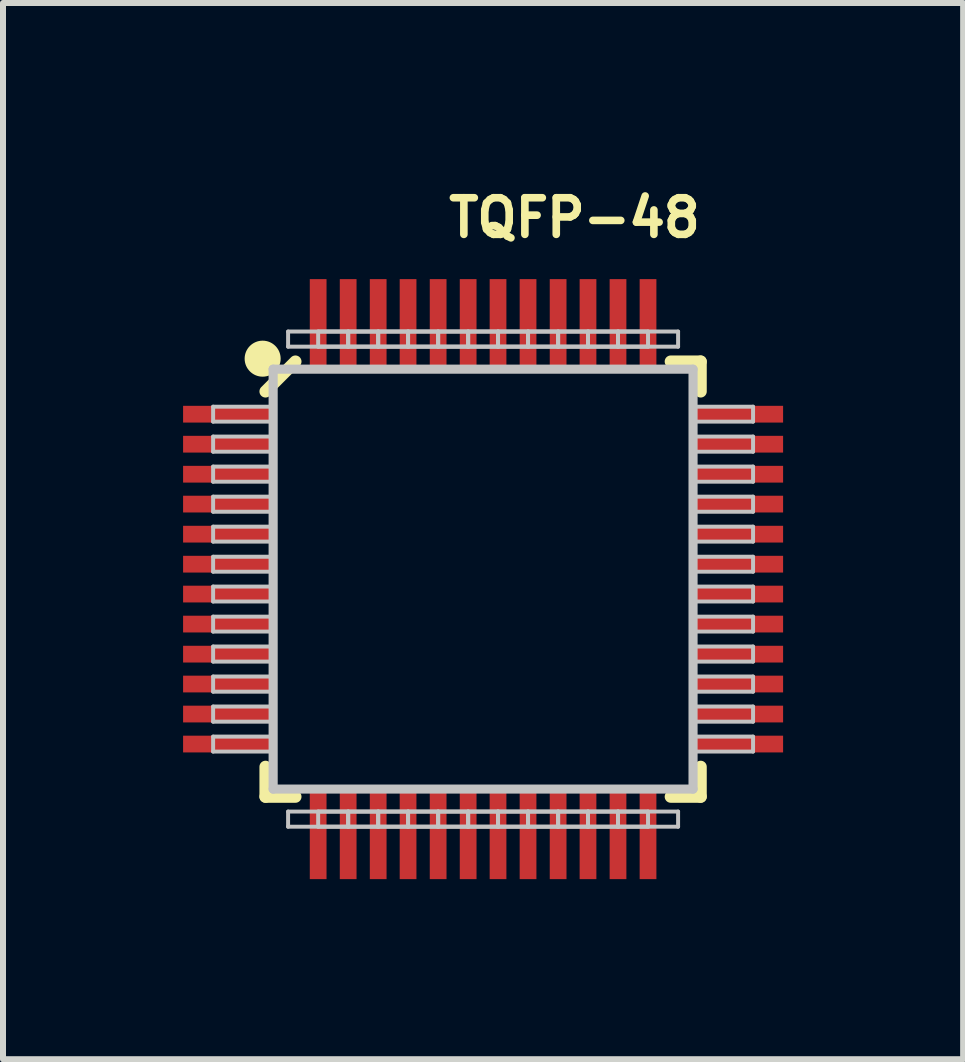
<source format=kicad_pcb>
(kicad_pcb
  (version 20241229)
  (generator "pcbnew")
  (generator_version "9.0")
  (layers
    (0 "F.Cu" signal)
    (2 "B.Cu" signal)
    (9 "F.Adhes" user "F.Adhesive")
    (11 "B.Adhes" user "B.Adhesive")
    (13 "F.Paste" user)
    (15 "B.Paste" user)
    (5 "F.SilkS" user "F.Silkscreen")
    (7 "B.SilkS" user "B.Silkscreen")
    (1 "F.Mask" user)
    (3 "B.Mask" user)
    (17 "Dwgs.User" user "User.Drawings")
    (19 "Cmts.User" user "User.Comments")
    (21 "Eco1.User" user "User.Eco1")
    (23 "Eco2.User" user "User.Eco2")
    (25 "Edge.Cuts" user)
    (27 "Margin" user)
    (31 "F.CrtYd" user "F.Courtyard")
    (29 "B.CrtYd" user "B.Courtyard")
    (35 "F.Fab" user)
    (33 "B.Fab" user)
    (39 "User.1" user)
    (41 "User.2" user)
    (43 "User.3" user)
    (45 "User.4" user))
  (footprint "TQFP-48"
    (layer "F.Cu")
    (at 4.999 6.599)
    (property "Reference" "TQFP-48" (at 1.524 -6.02 0) (layer "F.SilkS") (effects (font (size 0.61 0.61) (thickness 0.127))))
    (attr smd)
    (fp_line (start -3.625 -3.127) (end -3.127 -3.625) (stroke (width 0.203) (type solid)) (layer "F.SilkS"))
    (fp_line (start -3.625 3.625) (end -3.625 3.127) (stroke (width 0.203) (type solid)) (layer "F.SilkS"))
    (fp_line (start -3.127 3.625) (end -3.625 3.625) (stroke (width 0.203) (type solid)) (layer "F.SilkS"))
    (fp_line (start 3.127 -3.625) (end 3.625 -3.625) (stroke (width 0.203) (type solid)) (layer "F.SilkS"))
    (fp_line (start 3.625 -3.625) (end 3.625 -3.127) (stroke (width 0.203) (type solid)) (layer "F.SilkS"))
    (fp_line (start 3.625 3.127) (end 3.625 3.625) (stroke (width 0.203) (type solid)) (layer "F.SilkS"))
    (fp_line (start 3.625 3.625) (end 3.127 3.625) (stroke (width 0.203) (type solid)) (layer "F.SilkS"))
    (fp_circle (center -3.673 -3.673) (end -3.673 -3.973) (stroke (width 0) (type solid)) (fill yes) (layer "F.SilkS"))
    (fp_line (start -4.498 -2.873) (end -3.498 -2.873) (stroke (width 0.066) (type solid)) (layer "Dwgs.User"))
    (fp_line (start -4.498 -2.624) (end -4.498 -2.873) (stroke (width 0.066) (type solid)) (layer "Dwgs.User"))
    (fp_line (start -4.498 -2.624) (end -3.498 -2.624) (stroke (width 0.066) (type solid)) (layer "Dwgs.User"))
    (fp_line (start -4.498 -2.375) (end -3.498 -2.375) (stroke (width 0.066) (type solid)) (layer "Dwgs.User"))
    (fp_line (start -4.498 -2.123) (end -4.498 -2.375) (stroke (width 0.066) (type solid)) (layer "Dwgs.User"))
    (fp_line (start -4.498 -2.123) (end -3.498 -2.123) (stroke (width 0.066) (type solid)) (layer "Dwgs.User"))
    (fp_line (start -4.498 -1.875) (end -3.498 -1.875) (stroke (width 0.066) (type solid)) (layer "Dwgs.User"))
    (fp_line (start -4.498 -1.623) (end -4.498 -1.875) (stroke (width 0.066) (type solid)) (layer "Dwgs.User"))
    (fp_line (start -4.498 -1.623) (end -3.498 -1.623) (stroke (width 0.066) (type solid)) (layer "Dwgs.User"))
    (fp_line (start -4.498 -1.374) (end -3.498 -1.374) (stroke (width 0.066) (type solid)) (layer "Dwgs.User"))
    (fp_line (start -4.498 -1.123) (end -4.498 -1.374) (stroke (width 0.066) (type solid)) (layer "Dwgs.User"))
    (fp_line (start -4.498 -1.123) (end -3.498 -1.123) (stroke (width 0.066) (type solid)) (layer "Dwgs.User"))
    (fp_line (start -4.498 -0.874) (end -3.498 -0.874) (stroke (width 0.066) (type solid)) (layer "Dwgs.User"))
    (fp_line (start -4.498 -0.625) (end -4.498 -0.874) (stroke (width 0.066) (type solid)) (layer "Dwgs.User"))
    (fp_line (start -4.498 -0.625) (end -3.498 -0.625) (stroke (width 0.066) (type solid)) (layer "Dwgs.User"))
    (fp_line (start -4.498 -0.373) (end -3.498 -0.373) (stroke (width 0.066) (type solid)) (layer "Dwgs.User"))
    (fp_line (start -4.498 -0.124) (end -4.498 -0.373) (stroke (width 0.066) (type solid)) (layer "Dwgs.User"))
    (fp_line (start -4.498 -0.124) (end -3.498 -0.124) (stroke (width 0.066) (type solid)) (layer "Dwgs.User"))
    (fp_line (start -4.498 0.124) (end -3.498 0.124) (stroke (width 0.066) (type solid)) (layer "Dwgs.User"))
    (fp_line (start -4.498 0.373) (end -4.498 0.124) (stroke (width 0.066) (type solid)) (layer "Dwgs.User"))
    (fp_line (start -4.498 0.373) (end -3.498 0.373) (stroke (width 0.066) (type solid)) (layer "Dwgs.User"))
    (fp_line (start -4.498 0.625) (end -3.498 0.625) (stroke (width 0.066) (type solid)) (layer "Dwgs.User"))
    (fp_line (start -4.498 0.874) (end -4.498 0.625) (stroke (width 0.066) (type solid)) (layer "Dwgs.User"))
    (fp_line (start -4.498 0.874) (end -3.498 0.874) (stroke (width 0.066) (type solid)) (layer "Dwgs.User"))
    (fp_line (start -4.498 1.123) (end -3.498 1.123) (stroke (width 0.066) (type solid)) (layer "Dwgs.User"))
    (fp_line (start -4.498 1.374) (end -4.498 1.123) (stroke (width 0.066) (type solid)) (layer "Dwgs.User"))
    (fp_line (start -4.498 1.374) (end -3.498 1.374) (stroke (width 0.066) (type solid)) (layer "Dwgs.User"))
    (fp_line (start -4.498 1.623) (end -3.498 1.623) (stroke (width 0.066) (type solid)) (layer "Dwgs.User"))
    (fp_line (start -4.498 1.875) (end -4.498 1.623) (stroke (width 0.066) (type solid)) (layer "Dwgs.User"))
    (fp_line (start -4.498 1.875) (end -3.498 1.875) (stroke (width 0.066) (type solid)) (layer "Dwgs.User"))
    (fp_line (start -4.498 2.123) (end -3.498 2.123) (stroke (width 0.066) (type solid)) (layer "Dwgs.User"))
    (fp_line (start -4.498 2.375) (end -4.498 2.123) (stroke (width 0.066) (type solid)) (layer "Dwgs.User"))
    (fp_line (start -4.498 2.375) (end -3.498 2.375) (stroke (width 0.066) (type solid)) (layer "Dwgs.User"))
    (fp_line (start -4.498 2.624) (end -3.498 2.624) (stroke (width 0.066) (type solid)) (layer "Dwgs.User"))
    (fp_line (start -4.498 2.873) (end -4.498 2.624) (stroke (width 0.066) (type solid)) (layer "Dwgs.User"))
    (fp_line (start -4.498 2.873) (end -3.498 2.873) (stroke (width 0.066) (type solid)) (layer "Dwgs.User"))
    (fp_line (start -3.498 -3.498) (end 3.498 -3.498) (stroke (width 0.152) (type solid)) (layer "Dwgs.User"))
    (fp_line (start -3.498 -2.624) (end -3.498 -2.873) (stroke (width 0.066) (type solid)) (layer "Dwgs.User"))
    (fp_line (start -3.498 -2.123) (end -3.498 -2.375) (stroke (width 0.066) (type solid)) (layer "Dwgs.User"))
    (fp_line (start -3.498 -1.623) (end -3.498 -1.875) (stroke (width 0.066) (type solid)) (layer "Dwgs.User"))
    (fp_line (start -3.498 -1.123) (end -3.498 -1.374) (stroke (width 0.066) (type solid)) (layer "Dwgs.User"))
    (fp_line (start -3.498 -0.625) (end -3.498 -0.874) (stroke (width 0.066) (type solid)) (layer "Dwgs.User"))
    (fp_line (start -3.498 -0.124) (end -3.498 -0.373) (stroke (width 0.066) (type solid)) (layer "Dwgs.User"))
    (fp_line (start -3.498 0.373) (end -3.498 0.124) (stroke (width 0.066) (type solid)) (layer "Dwgs.User"))
    (fp_line (start -3.498 0.874) (end -3.498 0.625) (stroke (width 0.066) (type solid)) (layer "Dwgs.User"))
    (fp_line (start -3.498 1.374) (end -3.498 1.123) (stroke (width 0.066) (type solid)) (layer "Dwgs.User"))
    (fp_line (start -3.498 1.875) (end -3.498 1.623) (stroke (width 0.066) (type solid)) (layer "Dwgs.User"))
    (fp_line (start -3.498 2.375) (end -3.498 2.123) (stroke (width 0.066) (type solid)) (layer "Dwgs.User"))
    (fp_line (start -3.498 2.873) (end -3.498 2.624) (stroke (width 0.066) (type solid)) (layer "Dwgs.User"))
    (fp_line (start -3.498 3.498) (end -3.498 -3.498) (stroke (width 0.152) (type solid)) (layer "Dwgs.User"))
    (fp_line (start -3.249 -4.125) (end -2.248 -4.125) (stroke (width 0.066) (type solid)) (layer "Dwgs.User"))
    (fp_line (start -3.249 -3.873) (end -3.249 -4.125) (stroke (width 0.066) (type solid)) (layer "Dwgs.User"))
    (fp_line (start -3.249 -3.873) (end -2.248 -3.873) (stroke (width 0.066) (type solid)) (layer "Dwgs.User"))
    (fp_line (start -3.249 3.873) (end -2.248 3.873) (stroke (width 0.066) (type solid)) (layer "Dwgs.User"))
    (fp_line (start -3.249 4.125) (end -3.249 3.873) (stroke (width 0.066) (type solid)) (layer "Dwgs.User"))
    (fp_line (start -3.249 4.125) (end -2.248 4.125) (stroke (width 0.066) (type solid)) (layer "Dwgs.User"))
    (fp_line (start -2.748 -4.125) (end -1.748 -4.125) (stroke (width 0.066) (type solid)) (layer "Dwgs.User"))
    (fp_line (start -2.748 -3.873) (end -2.748 -4.125) (stroke (width 0.066) (type solid)) (layer "Dwgs.User"))
    (fp_line (start -2.748 -3.873) (end -1.748 -3.873) (stroke (width 0.066) (type solid)) (layer "Dwgs.User"))
    (fp_line (start -2.748 3.873) (end -1.748 3.873) (stroke (width 0.066) (type solid)) (layer "Dwgs.User"))
    (fp_line (start -2.748 4.125) (end -2.748 3.873) (stroke (width 0.066) (type solid)) (layer "Dwgs.User"))
    (fp_line (start -2.748 4.125) (end -1.748 4.125) (stroke (width 0.066) (type solid)) (layer "Dwgs.User"))
    (fp_line (start -2.248 -4.125) (end -1.25 -4.125) (stroke (width 0.066) (type solid)) (layer "Dwgs.User"))
    (fp_line (start -2.248 -3.873) (end -2.248 -4.125) (stroke (width 0.066) (type solid)) (layer "Dwgs.User"))
    (fp_line (start -2.248 -3.873) (end -2.248 -4.125) (stroke (width 0.066) (type solid)) (layer "Dwgs.User"))
    (fp_line (start -2.248 -3.873) (end -1.25 -3.873) (stroke (width 0.066) (type solid)) (layer "Dwgs.User"))
    (fp_line (start -2.248 3.873) (end -1.25 3.873) (stroke (width 0.066) (type solid)) (layer "Dwgs.User"))
    (fp_line (start -2.248 4.125) (end -2.248 3.873) (stroke (width 0.066) (type solid)) (layer "Dwgs.User"))
    (fp_line (start -2.248 4.125) (end -2.248 3.873) (stroke (width 0.066) (type solid)) (layer "Dwgs.User"))
    (fp_line (start -2.248 4.125) (end -1.25 4.125) (stroke (width 0.066) (type solid)) (layer "Dwgs.User"))
    (fp_line (start -1.748 -4.125) (end -0.749 -4.125) (stroke (width 0.066) (type solid)) (layer "Dwgs.User"))
    (fp_line (start -1.748 -3.873) (end -1.748 -4.125) (stroke (width 0.066) (type solid)) (layer "Dwgs.User"))
    (fp_line (start -1.748 -3.873) (end -1.748 -4.125) (stroke (width 0.066) (type solid)) (layer "Dwgs.User"))
    (fp_line (start -1.748 -3.873) (end -0.749 -3.873) (stroke (width 0.066) (type solid)) (layer "Dwgs.User"))
    (fp_line (start -1.748 3.873) (end -0.749 3.873) (stroke (width 0.066) (type solid)) (layer "Dwgs.User"))
    (fp_line (start -1.748 4.125) (end -1.748 3.873) (stroke (width 0.066) (type solid)) (layer "Dwgs.User"))
    (fp_line (start -1.748 4.125) (end -1.748 3.873) (stroke (width 0.066) (type solid)) (layer "Dwgs.User"))
    (fp_line (start -1.748 4.125) (end -0.749 4.125) (stroke (width 0.066) (type solid)) (layer "Dwgs.User"))
    (fp_line (start -1.25 -4.125) (end -0.249 -4.125) (stroke (width 0.066) (type solid)) (layer "Dwgs.User"))
    (fp_line (start -1.25 -3.873) (end -1.25 -4.125) (stroke (width 0.066) (type solid)) (layer "Dwgs.User"))
    (fp_line (start -1.25 -3.873) (end -1.25 -4.125) (stroke (width 0.066) (type solid)) (layer "Dwgs.User"))
    (fp_line (start -1.25 -3.873) (end -0.249 -3.873) (stroke (width 0.066) (type solid)) (layer "Dwgs.User"))
    (fp_line (start -1.25 3.873) (end -0.249 3.873) (stroke (width 0.066) (type solid)) (layer "Dwgs.User"))
    (fp_line (start -1.25 4.125) (end -1.25 3.873) (stroke (width 0.066) (type solid)) (layer "Dwgs.User"))
    (fp_line (start -1.25 4.125) (end -1.25 3.873) (stroke (width 0.066) (type solid)) (layer "Dwgs.User"))
    (fp_line (start -1.25 4.125) (end -0.249 4.125) (stroke (width 0.066) (type solid)) (layer "Dwgs.User"))
    (fp_line (start -0.749 -4.125) (end 0.249 -4.125) (stroke (width 0.066) (type solid)) (layer "Dwgs.User"))
    (fp_line (start -0.749 -3.873) (end -0.749 -4.125) (stroke (width 0.066) (type solid)) (layer "Dwgs.User"))
    (fp_line (start -0.749 -3.873) (end -0.749 -4.125) (stroke (width 0.066) (type solid)) (layer "Dwgs.User"))
    (fp_line (start -0.749 -3.873) (end 0.249 -3.873) (stroke (width 0.066) (type solid)) (layer "Dwgs.User"))
    (fp_line (start -0.749 3.873) (end 0.249 3.873) (stroke (width 0.066) (type solid)) (layer "Dwgs.User"))
    (fp_line (start -0.749 4.125) (end -0.749 3.873) (stroke (width 0.066) (type solid)) (layer "Dwgs.User"))
    (fp_line (start -0.749 4.125) (end -0.749 3.873) (stroke (width 0.066) (type solid)) (layer "Dwgs.User"))
    (fp_line (start -0.749 4.125) (end 0.249 4.125) (stroke (width 0.066) (type solid)) (layer "Dwgs.User"))
    (fp_line (start -0.249 -4.125) (end 0.749 -4.125) (stroke (width 0.066) (type solid)) (layer "Dwgs.User"))
    (fp_line (start -0.249 -3.873) (end -0.249 -4.125) (stroke (width 0.066) (type solid)) (layer "Dwgs.User"))
    (fp_line (start -0.249 -3.873) (end -0.249 -4.125) (stroke (width 0.066) (type solid)) (layer "Dwgs.User"))
    (fp_line (start -0.249 -3.873) (end 0.749 -3.873) (stroke (width 0.066) (type solid)) (layer "Dwgs.User"))
    (fp_line (start -0.249 3.873) (end 0.749 3.873) (stroke (width 0.066) (type solid)) (layer "Dwgs.User"))
    (fp_line (start -0.249 4.125) (end -0.249 3.873) (stroke (width 0.066) (type solid)) (layer "Dwgs.User"))
    (fp_line (start -0.249 4.125) (end -0.249 3.873) (stroke (width 0.066) (type solid)) (layer "Dwgs.User"))
    (fp_line (start -0.249 4.125) (end 0.749 4.125) (stroke (width 0.066) (type solid)) (layer "Dwgs.User"))
    (fp_line (start 0.249 -4.125) (end 1.25 -4.125) (stroke (width 0.066) (type solid)) (layer "Dwgs.User"))
    (fp_line (start 0.249 -3.873) (end 0.249 -4.125) (stroke (width 0.066) (type solid)) (layer "Dwgs.User"))
    (fp_line (start 0.249 -3.873) (end 0.249 -4.125) (stroke (width 0.066) (type solid)) (layer "Dwgs.User"))
    (fp_line (start 0.249 -3.873) (end 1.25 -3.873) (stroke (width 0.066) (type solid)) (layer "Dwgs.User"))
    (fp_line (start 0.249 3.873) (end 1.25 3.873) (stroke (width 0.066) (type solid)) (layer "Dwgs.User"))
    (fp_line (start 0.249 4.125) (end 0.249 3.873) (stroke (width 0.066) (type solid)) (layer "Dwgs.User"))
    (fp_line (start 0.249 4.125) (end 0.249 3.873) (stroke (width 0.066) (type solid)) (layer "Dwgs.User"))
    (fp_line (start 0.249 4.125) (end 1.25 4.125) (stroke (width 0.066) (type solid)) (layer "Dwgs.User"))
    (fp_line (start 0.749 -4.125) (end 1.748 -4.125) (stroke (width 0.066) (type solid)) (layer "Dwgs.User"))
    (fp_line (start 0.749 -3.873) (end 0.749 -4.125) (stroke (width 0.066) (type solid)) (layer "Dwgs.User"))
    (fp_line (start 0.749 -3.873) (end 0.749 -4.125) (stroke (width 0.066) (type solid)) (layer "Dwgs.User"))
    (fp_line (start 0.749 -3.873) (end 1.748 -3.873) (stroke (width 0.066) (type solid)) (layer "Dwgs.User"))
    (fp_line (start 0.749 3.873) (end 1.748 3.873) (stroke (width 0.066) (type solid)) (layer "Dwgs.User"))
    (fp_line (start 0.749 4.125) (end 0.749 3.873) (stroke (width 0.066) (type solid)) (layer "Dwgs.User"))
    (fp_line (start 0.749 4.125) (end 0.749 3.873) (stroke (width 0.066) (type solid)) (layer "Dwgs.User"))
    (fp_line (start 0.749 4.125) (end 1.748 4.125) (stroke (width 0.066) (type solid)) (layer "Dwgs.User"))
    (fp_line (start 1.25 -4.125) (end 2.248 -4.125) (stroke (width 0.066) (type solid)) (layer "Dwgs.User"))
    (fp_line (start 1.25 -3.873) (end 1.25 -4.125) (stroke (width 0.066) (type solid)) (layer "Dwgs.User"))
    (fp_line (start 1.25 -3.873) (end 1.25 -4.125) (stroke (width 0.066) (type solid)) (layer "Dwgs.User"))
    (fp_line (start 1.25 -3.873) (end 2.248 -3.873) (stroke (width 0.066) (type solid)) (layer "Dwgs.User"))
    (fp_line (start 1.25 3.873) (end 2.248 3.873) (stroke (width 0.066) (type solid)) (layer "Dwgs.User"))
    (fp_line (start 1.25 4.125) (end 1.25 3.873) (stroke (width 0.066) (type solid)) (layer "Dwgs.User"))
    (fp_line (start 1.25 4.125) (end 1.25 3.873) (stroke (width 0.066) (type solid)) (layer "Dwgs.User"))
    (fp_line (start 1.25 4.125) (end 2.248 4.125) (stroke (width 0.066) (type solid)) (layer "Dwgs.User"))
    (fp_line (start 1.748 -4.125) (end 2.748 -4.125) (stroke (width 0.066) (type solid)) (layer "Dwgs.User"))
    (fp_line (start 1.748 -3.873) (end 1.748 -4.125) (stroke (width 0.066) (type solid)) (layer "Dwgs.User"))
    (fp_line (start 1.748 -3.873) (end 1.748 -4.125) (stroke (width 0.066) (type solid)) (layer "Dwgs.User"))
    (fp_line (start 1.748 -3.873) (end 2.748 -3.873) (stroke (width 0.066) (type solid)) (layer "Dwgs.User"))
    (fp_line (start 1.748 3.873) (end 2.748 3.873) (stroke (width 0.066) (type solid)) (layer "Dwgs.User"))
    (fp_line (start 1.748 4.125) (end 1.748 3.873) (stroke (width 0.066) (type solid)) (layer "Dwgs.User"))
    (fp_line (start 1.748 4.125) (end 1.748 3.873) (stroke (width 0.066) (type solid)) (layer "Dwgs.User"))
    (fp_line (start 1.748 4.125) (end 2.748 4.125) (stroke (width 0.066) (type solid)) (layer "Dwgs.User"))
    (fp_line (start 2.248 -4.125) (end 3.249 -4.125) (stroke (width 0.066) (type solid)) (layer "Dwgs.User"))
    (fp_line (start 2.248 -3.873) (end 2.248 -4.125) (stroke (width 0.066) (type solid)) (layer "Dwgs.User"))
    (fp_line (start 2.248 -3.873) (end 2.248 -4.125) (stroke (width 0.066) (type solid)) (layer "Dwgs.User"))
    (fp_line (start 2.248 -3.873) (end 3.249 -3.873) (stroke (width 0.066) (type solid)) (layer "Dwgs.User"))
    (fp_line (start 2.248 3.873) (end 3.249 3.873) (stroke (width 0.066) (type solid)) (layer "Dwgs.User"))
    (fp_line (start 2.248 4.125) (end 2.248 3.873) (stroke (width 0.066) (type solid)) (layer "Dwgs.User"))
    (fp_line (start 2.248 4.125) (end 2.248 3.873) (stroke (width 0.066) (type solid)) (layer "Dwgs.User"))
    (fp_line (start 2.248 4.125) (end 3.249 4.125) (stroke (width 0.066) (type solid)) (layer "Dwgs.User"))
    (fp_line (start 2.748 -3.873) (end 2.748 -4.125) (stroke (width 0.066) (type solid)) (layer "Dwgs.User"))
    (fp_line (start 2.748 4.125) (end 2.748 3.873) (stroke (width 0.066) (type solid)) (layer "Dwgs.User"))
    (fp_line (start 3.249 -3.873) (end 3.249 -4.125) (stroke (width 0.066) (type solid)) (layer "Dwgs.User"))
    (fp_line (start 3.249 4.125) (end 3.249 3.873) (stroke (width 0.066) (type solid)) (layer "Dwgs.User"))
    (fp_line (start 3.498 -3.498) (end 3.498 3.498) (stroke (width 0.152) (type solid)) (layer "Dwgs.User"))
    (fp_line (start 3.498 -2.873) (end 4.498 -2.873) (stroke (width 0.066) (type solid)) (layer "Dwgs.User"))
    (fp_line (start 3.498 -2.624) (end 3.498 -2.873) (stroke (width 0.066) (type solid)) (layer "Dwgs.User"))
    (fp_line (start 3.498 -2.624) (end 4.498 -2.624) (stroke (width 0.066) (type solid)) (layer "Dwgs.User"))
    (fp_line (start 3.498 -2.375) (end 4.498 -2.375) (stroke (width 0.066) (type solid)) (layer "Dwgs.User"))
    (fp_line (start 3.498 -2.123) (end 3.498 -2.375) (stroke (width 0.066) (type solid)) (layer "Dwgs.User"))
    (fp_line (start 3.498 -2.123) (end 4.498 -2.123) (stroke (width 0.066) (type solid)) (layer "Dwgs.User"))
    (fp_line (start 3.498 -1.875) (end 4.498 -1.875) (stroke (width 0.066) (type solid)) (layer "Dwgs.User"))
    (fp_line (start 3.498 -1.623) (end 3.498 -1.875) (stroke (width 0.066) (type solid)) (layer "Dwgs.User"))
    (fp_line (start 3.498 -1.623) (end 4.498 -1.623) (stroke (width 0.066) (type solid)) (layer "Dwgs.User"))
    (fp_line (start 3.498 -1.374) (end 4.498 -1.374) (stroke (width 0.066) (type solid)) (layer "Dwgs.User"))
    (fp_line (start 3.498 -1.123) (end 3.498 -1.374) (stroke (width 0.066) (type solid)) (layer "Dwgs.User"))
    (fp_line (start 3.498 -1.123) (end 4.498 -1.123) (stroke (width 0.066) (type solid)) (layer "Dwgs.User"))
    (fp_line (start 3.498 -0.874) (end 4.498 -0.874) (stroke (width 0.066) (type solid)) (layer "Dwgs.User"))
    (fp_line (start 3.498 -0.625) (end 3.498 -0.874) (stroke (width 0.066) (type solid)) (layer "Dwgs.User"))
    (fp_line (start 3.498 -0.625) (end 4.498 -0.625) (stroke (width 0.066) (type solid)) (layer "Dwgs.User"))
    (fp_line (start 3.498 -0.373) (end 4.498 -0.373) (stroke (width 0.066) (type solid)) (layer "Dwgs.User"))
    (fp_line (start 3.498 -0.124) (end 3.498 -0.373) (stroke (width 0.066) (type solid)) (layer "Dwgs.User"))
    (fp_line (start 3.498 -0.124) (end 4.498 -0.124) (stroke (width 0.066) (type solid)) (layer "Dwgs.User"))
    (fp_line (start 3.498 0.124) (end 4.498 0.124) (stroke (width 0.066) (type solid)) (layer "Dwgs.User"))
    (fp_line (start 3.498 0.373) (end 3.498 0.124) (stroke (width 0.066) (type solid)) (layer "Dwgs.User"))
    (fp_line (start 3.498 0.373) (end 4.498 0.373) (stroke (width 0.066) (type solid)) (layer "Dwgs.User"))
    (fp_line (start 3.498 0.625) (end 4.498 0.625) (stroke (width 0.066) (type solid)) (layer "Dwgs.User"))
    (fp_line (start 3.498 0.874) (end 3.498 0.625) (stroke (width 0.066) (type solid)) (layer "Dwgs.User"))
    (fp_line (start 3.498 0.874) (end 4.498 0.874) (stroke (width 0.066) (type solid)) (layer "Dwgs.User"))
    (fp_line (start 3.498 1.123) (end 4.498 1.123) (stroke (width 0.066) (type solid)) (layer "Dwgs.User"))
    (fp_line (start 3.498 1.374) (end 3.498 1.123) (stroke (width 0.066) (type solid)) (layer "Dwgs.User"))
    (fp_line (start 3.498 1.374) (end 4.498 1.374) (stroke (width 0.066) (type solid)) (layer "Dwgs.User"))
    (fp_line (start 3.498 1.623) (end 4.498 1.623) (stroke (width 0.066) (type solid)) (layer "Dwgs.User"))
    (fp_line (start 3.498 1.875) (end 3.498 1.623) (stroke (width 0.066) (type solid)) (layer "Dwgs.User"))
    (fp_line (start 3.498 1.875) (end 4.498 1.875) (stroke (width 0.066) (type solid)) (layer "Dwgs.User"))
    (fp_line (start 3.498 2.123) (end 4.498 2.123) (stroke (width 0.066) (type solid)) (layer "Dwgs.User"))
    (fp_line (start 3.498 2.375) (end 3.498 2.123) (stroke (width 0.066) (type solid)) (layer "Dwgs.User"))
    (fp_line (start 3.498 2.375) (end 4.498 2.375) (stroke (width 0.066) (type solid)) (layer "Dwgs.User"))
    (fp_line (start 3.498 2.624) (end 4.498 2.624) (stroke (width 0.066) (type solid)) (layer "Dwgs.User"))
    (fp_line (start 3.498 2.873) (end 3.498 2.624) (stroke (width 0.066) (type solid)) (layer "Dwgs.User"))
    (fp_line (start 3.498 2.873) (end 4.498 2.873) (stroke (width 0.066) (type solid)) (layer "Dwgs.User"))
    (fp_line (start 3.498 3.498) (end -3.498 3.498) (stroke (width 0.152) (type solid)) (layer "Dwgs.User"))
    (fp_line (start 4.498 -2.624) (end 4.498 -2.873) (stroke (width 0.066) (type solid)) (layer "Dwgs.User"))
    (fp_line (start 4.498 -2.123) (end 4.498 -2.375) (stroke (width 0.066) (type solid)) (layer "Dwgs.User"))
    (fp_line (start 4.498 -1.623) (end 4.498 -1.875) (stroke (width 0.066) (type solid)) (layer "Dwgs.User"))
    (fp_line (start 4.498 -1.123) (end 4.498 -1.374) (stroke (width 0.066) (type solid)) (layer "Dwgs.User"))
    (fp_line (start 4.498 -0.625) (end 4.498 -0.874) (stroke (width 0.066) (type solid)) (layer "Dwgs.User"))
    (fp_line (start 4.498 -0.124) (end 4.498 -0.373) (stroke (width 0.066) (type solid)) (layer "Dwgs.User"))
    (fp_line (start 4.498 0.373) (end 4.498 0.124) (stroke (width 0.066) (type solid)) (layer "Dwgs.User"))
    (fp_line (start 4.498 0.874) (end 4.498 0.625) (stroke (width 0.066) (type solid)) (layer "Dwgs.User"))
    (fp_line (start 4.498 1.374) (end 4.498 1.123) (stroke (width 0.066) (type solid)) (layer "Dwgs.User"))
    (fp_line (start 4.498 1.875) (end 4.498 1.623) (stroke (width 0.066) (type solid)) (layer "Dwgs.User"))
    (fp_line (start 4.498 2.375) (end 4.498 2.123) (stroke (width 0.066) (type solid)) (layer "Dwgs.User"))
    (fp_line (start 4.498 2.873) (end 4.498 2.624) (stroke (width 0.066) (type solid)) (layer "Dwgs.User"))
    (pad "1" smd rect (at -4.249 -2.748 180) (size 1.499 0.279) (layers "F.Cu" "F.Mask" "F.Paste"))
    (pad "2" smd rect (at -4.249 -2.248 180) (size 1.499 0.279) (layers "F.Cu" "F.Mask" "F.Paste"))
    (pad "3" smd rect (at -4.249 -1.748 180) (size 1.499 0.279) (layers "F.Cu" "F.Mask" "F.Paste"))
    (pad "4" smd rect (at -4.249 -1.25 180) (size 1.499 0.279) (layers "F.Cu" "F.Mask" "F.Paste"))
    (pad "5" smd rect (at -4.249 -0.749 180) (size 1.499 0.279) (layers "F.Cu" "F.Mask" "F.Paste"))
    (pad "6" smd rect (at -4.249 -0.249 180) (size 1.499 0.279) (layers "F.Cu" "F.Mask" "F.Paste"))
    (pad "7" smd rect (at -4.249 0.249 180) (size 1.499 0.279) (layers "F.Cu" "F.Mask" "F.Paste"))
    (pad "8" smd rect (at -4.249 0.749 180) (size 1.499 0.279) (layers "F.Cu" "F.Mask" "F.Paste"))
    (pad "9" smd rect (at -4.249 1.25 180) (size 1.499 0.279) (layers "F.Cu" "F.Mask" "F.Paste"))
    (pad "10" smd rect (at -4.249 1.748 180) (size 1.499 0.279) (layers "F.Cu" "F.Mask" "F.Paste"))
    (pad "11" smd rect (at -4.249 2.248 180) (size 1.499 0.279) (layers "F.Cu" "F.Mask" "F.Paste"))
    (pad "12" smd rect (at -4.249 2.748 180) (size 1.499 0.279) (layers "F.Cu" "F.Mask" "F.Paste"))
    (pad "13" smd rect (at -2.748 4.249 270) (size 1.499 0.279) (layers "F.Cu" "F.Mask" "F.Paste"))
    (pad "14" smd rect (at -2.248 4.249 270) (size 1.499 0.279) (layers "F.Cu" "F.Mask" "F.Paste"))
    (pad "15" smd rect (at -1.748 4.249 270) (size 1.499 0.279) (layers "F.Cu" "F.Mask" "F.Paste"))
    (pad "16" smd rect (at -1.25 4.249 270) (size 1.499 0.279) (layers "F.Cu" "F.Mask" "F.Paste"))
    (pad "17" smd rect (at -0.749 4.249 270) (size 1.499 0.279) (layers "F.Cu" "F.Mask" "F.Paste"))
    (pad "18" smd rect (at -0.249 4.249 270) (size 1.499 0.279) (layers "F.Cu" "F.Mask" "F.Paste"))
    (pad "19" smd rect (at 0.249 4.249 270) (size 1.499 0.279) (layers "F.Cu" "F.Mask" "F.Paste"))
    (pad "20" smd rect (at 0.749 4.249 270) (size 1.499 0.279) (layers "F.Cu" "F.Mask" "F.Paste"))
    (pad "21" smd rect (at 1.25 4.249 270) (size 1.499 0.279) (layers "F.Cu" "F.Mask" "F.Paste"))
    (pad "22" smd rect (at 1.748 4.249 270) (size 1.499 0.279) (layers "F.Cu" "F.Mask" "F.Paste"))
    (pad "23" smd rect (at 2.248 4.249 270) (size 1.499 0.279) (layers "F.Cu" "F.Mask" "F.Paste"))
    (pad "24" smd rect (at 2.748 4.249 270) (size 1.499 0.279) (layers "F.Cu" "F.Mask" "F.Paste"))
    (pad "25" smd rect (at 4.249 2.748) (size 1.499 0.279) (layers "F.Cu" "F.Mask" "F.Paste"))
    (pad "26" smd rect (at 4.249 2.248) (size 1.499 0.279) (layers "F.Cu" "F.Mask" "F.Paste"))
    (pad "27" smd rect (at 4.249 1.748) (size 1.499 0.279) (layers "F.Cu" "F.Mask" "F.Paste"))
    (pad "28" smd rect (at 4.249 1.25) (size 1.499 0.279) (layers "F.Cu" "F.Mask" "F.Paste"))
    (pad "29" smd rect (at 4.249 0.749) (size 1.499 0.279) (layers "F.Cu" "F.Mask" "F.Paste"))
    (pad "30" smd rect (at 4.249 0.249) (size 1.499 0.279) (layers "F.Cu" "F.Mask" "F.Paste"))
    (pad "31" smd rect (at 4.249 -0.249) (size 1.499 0.279) (layers "F.Cu" "F.Mask" "F.Paste"))
    (pad "32" smd rect (at 4.249 -0.749) (size 1.499 0.279) (layers "F.Cu" "F.Mask" "F.Paste"))
    (pad "33" smd rect (at 4.249 -1.25) (size 1.499 0.279) (layers "F.Cu" "F.Mask" "F.Paste"))
    (pad "34" smd rect (at 4.249 -1.748) (size 1.499 0.279) (layers "F.Cu" "F.Mask" "F.Paste"))
    (pad "35" smd rect (at 4.249 -2.248) (size 1.499 0.279) (layers "F.Cu" "F.Mask" "F.Paste"))
    (pad "36" smd rect (at 4.249 -2.748) (size 1.499 0.279) (layers "F.Cu" "F.Mask" "F.Paste"))
    (pad "37" smd rect (at 2.748 -4.249 90) (size 1.499 0.279) (layers "F.Cu" "F.Mask" "F.Paste"))
    (pad "38" smd rect (at 2.248 -4.249 90) (size 1.499 0.279) (layers "F.Cu" "F.Mask" "F.Paste"))
    (pad "39" smd rect (at 1.748 -4.249 90) (size 1.499 0.279) (layers "F.Cu" "F.Mask" "F.Paste"))
    (pad "40" smd rect (at 1.25 -4.249 90) (size 1.499 0.279) (layers "F.Cu" "F.Mask" "F.Paste"))
    (pad "41" smd rect (at 0.749 -4.249 90) (size 1.499 0.279) (layers "F.Cu" "F.Mask" "F.Paste"))
    (pad "42" smd rect (at 0.249 -4.249 90) (size 1.499 0.279) (layers "F.Cu" "F.Mask" "F.Paste"))
    (pad "43" smd rect (at -0.249 -4.249 90) (size 1.499 0.279) (layers "F.Cu" "F.Mask" "F.Paste"))
    (pad "44" smd rect (at -0.749 -4.249 90) (size 1.499 0.279) (layers "F.Cu" "F.Mask" "F.Paste"))
    (pad "45" smd rect (at -1.25 -4.249 90) (size 1.499 0.279) (layers "F.Cu" "F.Mask" "F.Paste"))
    (pad "46" smd rect (at -1.748 -4.249 90) (size 1.499 0.279) (layers "F.Cu" "F.Mask" "F.Paste"))
    (pad "47" smd rect (at -2.248 -4.249 90) (size 1.499 0.279) (layers "F.Cu" "F.Mask" "F.Paste"))
    (pad "48" smd rect (at -2.748 -4.249 90) (size 1.499 0.279) (layers "F.Cu" "F.Mask" "F.Paste")))
  (gr_rect
    (start -3 -3)
    (end 12.997 14.598)
    (stroke (width 0.1) (type default))
    (fill no)
    (layer "Edge.Cuts")))
</source>
